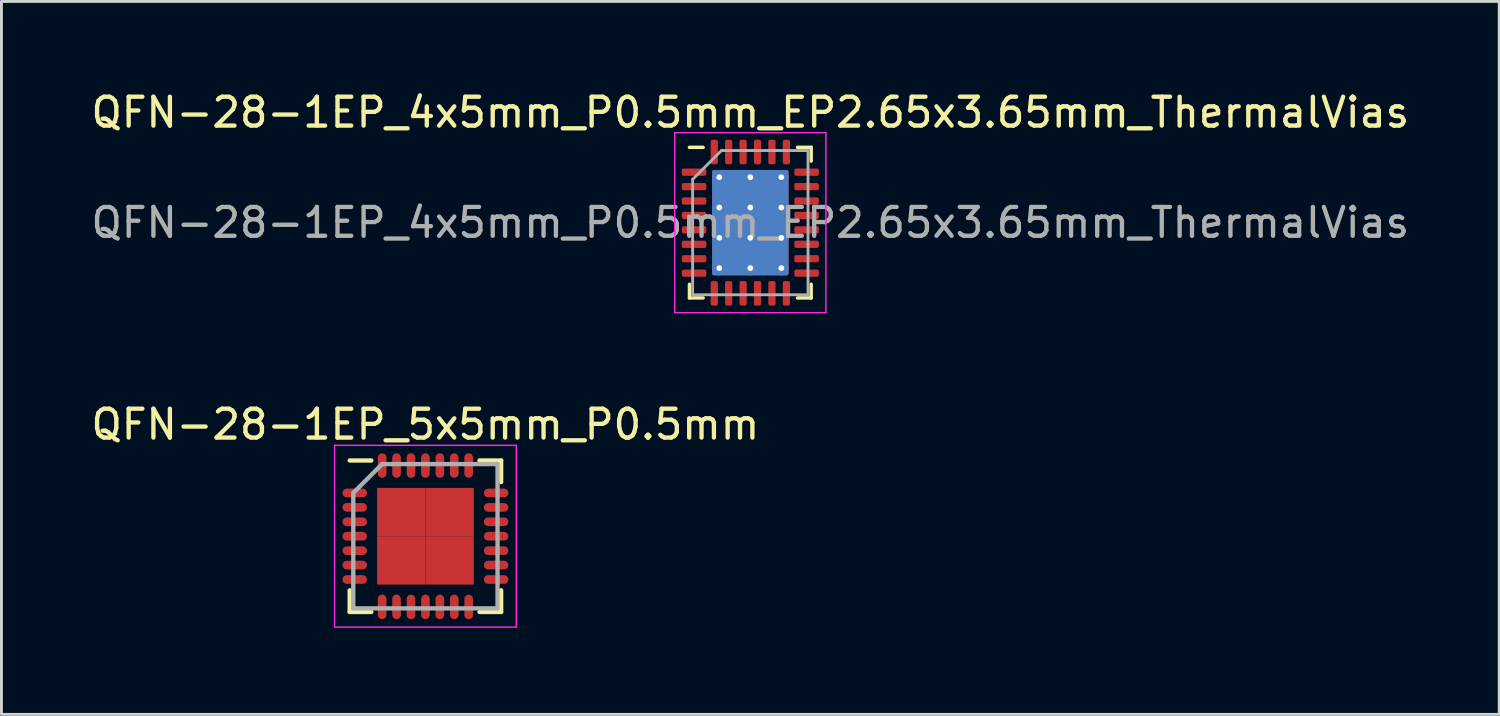
<source format=kicad_pcb>
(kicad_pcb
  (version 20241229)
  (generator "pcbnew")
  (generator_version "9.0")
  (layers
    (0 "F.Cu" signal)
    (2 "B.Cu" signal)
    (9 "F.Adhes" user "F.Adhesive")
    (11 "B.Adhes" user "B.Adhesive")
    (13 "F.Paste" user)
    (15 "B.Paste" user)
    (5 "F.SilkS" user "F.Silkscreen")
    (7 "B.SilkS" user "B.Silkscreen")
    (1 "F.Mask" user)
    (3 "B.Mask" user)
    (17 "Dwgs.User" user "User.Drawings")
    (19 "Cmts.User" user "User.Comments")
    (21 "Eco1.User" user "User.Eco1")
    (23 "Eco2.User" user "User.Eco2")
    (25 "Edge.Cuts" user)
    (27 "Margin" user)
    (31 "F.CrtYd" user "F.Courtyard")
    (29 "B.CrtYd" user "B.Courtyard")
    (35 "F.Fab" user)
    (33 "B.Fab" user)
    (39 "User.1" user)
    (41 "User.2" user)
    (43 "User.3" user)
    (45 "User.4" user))
  (footprint "QFN-28-1EP_5x5mm_P0.5mm"
    (layer "F.Cu")
    (at 11.696 15.537)
    (property "Reference" "QFN-28-1EP_5x5mm_P0.5mm" (at 0 -3.875 0) (layer "F.SilkS") (effects (font (size 1 1) (thickness 0.15))))
    (attr smd)
    (fp_line (start -2.625 -2.625) (end -1.875 -2.625) (stroke (width 0.15) (type solid)) (layer "F.SilkS"))
    (fp_line (start -2.625 2.625) (end -2.625 1.875) (stroke (width 0.15) (type solid)) (layer "F.SilkS"))
    (fp_line (start -2.625 2.625) (end -1.875 2.625) (stroke (width 0.15) (type solid)) (layer "F.SilkS"))
    (fp_line (start 2.625 -2.625) (end 1.875 -2.625) (stroke (width 0.15) (type solid)) (layer "F.SilkS"))
    (fp_line (start 2.625 -2.625) (end 2.625 -1.875) (stroke (width 0.15) (type solid)) (layer "F.SilkS"))
    (fp_line (start 2.625 2.625) (end 1.875 2.625) (stroke (width 0.15) (type solid)) (layer "F.SilkS"))
    (fp_line (start 2.625 2.625) (end 2.625 1.875) (stroke (width 0.15) (type solid)) (layer "F.SilkS"))
    (fp_line (start -3.15 -3.15) (end -3.15 3.15) (stroke (width 0.05) (type solid)) (layer "F.CrtYd"))
    (fp_line (start -3.15 -3.15) (end 3.15 -3.15) (stroke (width 0.05) (type solid)) (layer "F.CrtYd"))
    (fp_line (start -3.15 3.15) (end 3.15 3.15) (stroke (width 0.05) (type solid)) (layer "F.CrtYd"))
    (fp_line (start 3.15 -3.15) (end 3.15 3.15) (stroke (width 0.05) (type solid)) (layer "F.CrtYd"))
    (fp_line (start -2.5 -1.5) (end -1.5 -2.5) (stroke (width 0.15) (type solid)) (layer "F.Fab"))
    (fp_line (start -2.5 2.5) (end -2.5 -1.5) (stroke (width 0.15) (type solid)) (layer "F.Fab"))
    (fp_line (start -1.5 -2.5) (end 2.5 -2.5) (stroke (width 0.15) (type solid)) (layer "F.Fab"))
    (fp_line (start 2.5 -2.5) (end 2.5 2.5) (stroke (width 0.15) (type solid)) (layer "F.Fab"))
    (fp_line (start 2.5 2.5) (end -2.5 2.5) (stroke (width 0.15) (type solid)) (layer "F.Fab"))
    (pad "1" smd oval (at -2.45 -1.5) (size 0.85 0.3) (layers "F.Cu" "F.Mask" "F.Paste"))
    (pad "2" smd oval (at -2.45 -1) (size 0.85 0.3) (layers "F.Cu" "F.Mask" "F.Paste"))
    (pad "3" smd oval (at -2.45 -0.5) (size 0.85 0.3) (layers "F.Cu" "F.Mask" "F.Paste"))
    (pad "4" smd oval (at -2.45 0) (size 0.85 0.3) (layers "F.Cu" "F.Mask" "F.Paste"))
    (pad "5" smd oval (at -2.45 0.5) (size 0.85 0.3) (layers "F.Cu" "F.Mask" "F.Paste"))
    (pad "6" smd oval (at -2.45 1) (size 0.85 0.3) (layers "F.Cu" "F.Mask" "F.Paste"))
    (pad "7" smd oval (at -2.45 1.5) (size 0.85 0.3) (layers "F.Cu" "F.Mask" "F.Paste"))
    (pad "8" smd oval (at -1.5 2.45 90) (size 0.85 0.3) (layers "F.Cu" "F.Mask" "F.Paste"))
    (pad "9" smd oval (at -1 2.45 90) (size 0.85 0.3) (layers "F.Cu" "F.Mask" "F.Paste"))
    (pad "10" smd oval (at -0.5 2.45 90) (size 0.85 0.3) (layers "F.Cu" "F.Mask" "F.Paste"))
    (pad "11" smd oval (at 0 2.45 90) (size 0.85 0.3) (layers "F.Cu" "F.Mask" "F.Paste"))
    (pad "12" smd oval (at 0.5 2.45 90) (size 0.85 0.3) (layers "F.Cu" "F.Mask" "F.Paste"))
    (pad "13" smd oval (at 1 2.45 90) (size 0.85 0.3) (layers "F.Cu" "F.Mask" "F.Paste"))
    (pad "14" smd oval (at 1.5 2.45 90) (size 0.85 0.3) (layers "F.Cu" "F.Mask" "F.Paste"))
    (pad "15" smd oval (at 2.45 1.5) (size 0.85 0.3) (layers "F.Cu" "F.Mask" "F.Paste"))
    (pad "16" smd oval (at 2.45 1) (size 0.85 0.3) (layers "F.Cu" "F.Mask" "F.Paste"))
    (pad "17" smd oval (at 2.45 0.5) (size 0.85 0.3) (layers "F.Cu" "F.Mask" "F.Paste"))
    (pad "18" smd oval (at 2.45 0) (size 0.85 0.3) (layers "F.Cu" "F.Mask" "F.Paste"))
    (pad "19" smd oval (at 2.45 -0.5) (size 0.85 0.3) (layers "F.Cu" "F.Mask" "F.Paste"))
    (pad "20" smd oval (at 2.45 -1) (size 0.85 0.3) (layers "F.Cu" "F.Mask" "F.Paste"))
    (pad "21" smd oval (at 2.45 -1.5) (size 0.85 0.3) (layers "F.Cu" "F.Mask" "F.Paste"))
    (pad "22" smd oval (at 1.5 -2.45 90) (size 0.85 0.3) (layers "F.Cu" "F.Mask" "F.Paste"))
    (pad "23" smd oval (at 1 -2.45 90) (size 0.85 0.3) (layers "F.Cu" "F.Mask" "F.Paste"))
    (pad "24" smd oval (at 0.5 -2.45 90) (size 0.85 0.3) (layers "F.Cu" "F.Mask" "F.Paste"))
    (pad "25" smd oval (at 0 -2.45 90) (size 0.85 0.3) (layers "F.Cu" "F.Mask" "F.Paste"))
    (pad "26" smd oval (at -0.5 -2.45 90) (size 0.85 0.3) (layers "F.Cu" "F.Mask" "F.Paste"))
    (pad "27" smd oval (at -1 -2.45 90) (size 0.85 0.3) (layers "F.Cu" "F.Mask" "F.Paste"))
    (pad "28" smd oval (at -1.5 -2.45 90) (size 0.85 0.3) (layers "F.Cu" "F.Mask" "F.Paste"))
    (pad "29" smd rect (at -0.838 -0.838) (size 1.675 1.675) (layers "F.Cu" "F.Mask" "F.Paste"))
    (pad "29" smd rect (at -0.838 0.838) (size 1.675 1.675) (layers "F.Cu" "F.Mask" "F.Paste"))
    (pad "29" smd rect (at 0.838 -0.838) (size 1.675 1.675) (layers "F.Cu" "F.Mask" "F.Paste"))
    (pad "29" smd rect (at 0.838 0.838) (size 1.675 1.675) (layers "F.Cu" "F.Mask" "F.Paste")))
  (footprint "QFN-28-1EP_4x5mm_P0.5mm_EP2.65x3.65mm_ThermalVias"
    (layer "F.Cu")
    (at 22.958 4.668)
    (property "Reference" "QFN-28-1EP_4x5mm_P0.5mm_EP2.65x3.65mm_ThermalVias" (at 0 -3.82 0) (layer "F.SilkS") (effects (font (size 1 1) (thickness 0.15))))
    (attr smd)
    (fp_line (start -2.11 2.61) (end -2.11 2.135) (stroke (width 0.12) (type solid)) (layer "F.SilkS"))
    (fp_line (start -1.635 -2.61) (end -2.11 -2.61) (stroke (width 0.12) (type solid)) (layer "F.SilkS"))
    (fp_line (start -1.635 2.61) (end -2.11 2.61) (stroke (width 0.12) (type solid)) (layer "F.SilkS"))
    (fp_line (start 1.635 -2.61) (end 2.11 -2.61) (stroke (width 0.12) (type solid)) (layer "F.SilkS"))
    (fp_line (start 1.635 2.61) (end 2.11 2.61) (stroke (width 0.12) (type solid)) (layer "F.SilkS"))
    (fp_line (start 2.11 -2.61) (end 2.11 -2.135) (stroke (width 0.12) (type solid)) (layer "F.SilkS"))
    (fp_line (start 2.11 2.61) (end 2.11 2.135) (stroke (width 0.12) (type solid)) (layer "F.SilkS"))
    (fp_line (start -2.62 -3.12) (end -2.62 3.12) (stroke (width 0.05) (type solid)) (layer "F.CrtYd"))
    (fp_line (start -2.62 3.12) (end 2.62 3.12) (stroke (width 0.05) (type solid)) (layer "F.CrtYd"))
    (fp_line (start 2.62 -3.12) (end -2.62 -3.12) (stroke (width 0.05) (type solid)) (layer "F.CrtYd"))
    (fp_line (start 2.62 3.12) (end 2.62 -3.12) (stroke (width 0.05) (type solid)) (layer "F.CrtYd"))
    (fp_line (start -2 -1.5) (end -1 -2.5) (stroke (width 0.1) (type solid)) (layer "F.Fab"))
    (fp_line (start -2 2.5) (end -2 -1.5) (stroke (width 0.1) (type solid)) (layer "F.Fab"))
    (fp_line (start -1 -2.5) (end 2 -2.5) (stroke (width 0.1) (type solid)) (layer "F.Fab"))
    (fp_line (start 2 -2.5) (end 2 2.5) (stroke (width 0.1) (type solid)) (layer "F.Fab"))
    (fp_line (start 2 2.5) (end -2 2.5) (stroke (width 0.1) (type solid)) (layer "F.Fab"))
    (fp_text user "${REFERENCE}" (at 0 0 0) (layer "F.Fab") (effects (font (size 1 1) (thickness 0.15))))
    (pad "" smd roundrect (at -0.66 -1.22) (size 1.07 0.98) (layers "F.Paste") (roundrect_rratio 0.25))
    (pad "" smd roundrect (at -0.66 0) (size 1.07 0.98) (layers "F.Paste") (roundrect_rratio 0.25))
    (pad "" smd roundrect (at -0.66 1.22) (size 1.07 0.98) (layers "F.Paste") (roundrect_rratio 0.25))
    (pad "" smd roundrect (at 0.66 -1.22) (size 1.07 0.98) (layers "F.Paste") (roundrect_rratio 0.25))
    (pad "" smd roundrect (at 0.66 0) (size 1.07 0.98) (layers "F.Paste") (roundrect_rratio 0.25))
    (pad "" smd roundrect (at 0.66 1.22) (size 1.07 0.98) (layers "F.Paste") (roundrect_rratio 0.25))
    (pad "1" smd roundrect (at -1.95 -1.75) (size 0.85 0.25) (layers "F.Cu" "F.Mask" "F.Paste") (roundrect_rratio 0.25))
    (pad "2" smd roundrect (at -1.95 -1.25) (size 0.85 0.25) (layers "F.Cu" "F.Mask" "F.Paste") (roundrect_rratio 0.25))
    (pad "3" smd roundrect (at -1.95 -0.75) (size 0.85 0.25) (layers "F.Cu" "F.Mask" "F.Paste") (roundrect_rratio 0.25))
    (pad "4" smd roundrect (at -1.95 -0.25) (size 0.85 0.25) (layers "F.Cu" "F.Mask" "F.Paste") (roundrect_rratio 0.25))
    (pad "5" smd roundrect (at -1.95 0.25) (size 0.85 0.25) (layers "F.Cu" "F.Mask" "F.Paste") (roundrect_rratio 0.25))
    (pad "6" smd roundrect (at -1.95 0.75) (size 0.85 0.25) (layers "F.Cu" "F.Mask" "F.Paste") (roundrect_rratio 0.25))
    (pad "7" smd roundrect (at -1.95 1.25) (size 0.85 0.25) (layers "F.Cu" "F.Mask" "F.Paste") (roundrect_rratio 0.25))
    (pad "8" smd roundrect (at -1.95 1.75) (size 0.85 0.25) (layers "F.Cu" "F.Mask" "F.Paste") (roundrect_rratio 0.25))
    (pad "9" smd roundrect (at -1.25 2.45) (size 0.25 0.85) (layers "F.Cu" "F.Mask" "F.Paste") (roundrect_rratio 0.25))
    (pad "10" smd roundrect (at -0.75 2.45) (size 0.25 0.85) (layers "F.Cu" "F.Mask" "F.Paste") (roundrect_rratio 0.25))
    (pad "11" smd roundrect (at -0.25 2.45) (size 0.25 0.85) (layers "F.Cu" "F.Mask" "F.Paste") (roundrect_rratio 0.25))
    (pad "12" smd roundrect (at 0.25 2.45) (size 0.25 0.85) (layers "F.Cu" "F.Mask" "F.Paste") (roundrect_rratio 0.25))
    (pad "13" smd roundrect (at 0.75 2.45) (size 0.25 0.85) (layers "F.Cu" "F.Mask" "F.Paste") (roundrect_rratio 0.25))
    (pad "14" smd roundrect (at 1.25 2.45) (size 0.25 0.85) (layers "F.Cu" "F.Mask" "F.Paste") (roundrect_rratio 0.25))
    (pad "15" smd roundrect (at 1.95 1.75) (size 0.85 0.25) (layers "F.Cu" "F.Mask" "F.Paste") (roundrect_rratio 0.25))
    (pad "16" smd roundrect (at 1.95 1.25) (size 0.85 0.25) (layers "F.Cu" "F.Mask" "F.Paste") (roundrect_rratio 0.25))
    (pad "17" smd roundrect (at 1.95 0.75) (size 0.85 0.25) (layers "F.Cu" "F.Mask" "F.Paste") (roundrect_rratio 0.25))
    (pad "18" smd roundrect (at 1.95 0.25) (size 0.85 0.25) (layers "F.Cu" "F.Mask" "F.Paste") (roundrect_rratio 0.25))
    (pad "19" smd roundrect (at 1.95 -0.25) (size 0.85 0.25) (layers "F.Cu" "F.Mask" "F.Paste") (roundrect_rratio 0.25))
    (pad "20" smd roundrect (at 1.95 -0.75) (size 0.85 0.25) (layers "F.Cu" "F.Mask" "F.Paste") (roundrect_rratio 0.25))
    (pad "21" smd roundrect (at 1.95 -1.25) (size 0.85 0.25) (layers "F.Cu" "F.Mask" "F.Paste") (roundrect_rratio 0.25))
    (pad "22" smd roundrect (at 1.95 -1.75) (size 0.85 0.25) (layers "F.Cu" "F.Mask" "F.Paste") (roundrect_rratio 0.25))
    (pad "23" smd roundrect (at 1.25 -2.45) (size 0.25 0.85) (layers "F.Cu" "F.Mask" "F.Paste") (roundrect_rratio 0.25))
    (pad "24" smd roundrect (at 0.75 -2.45) (size 0.25 0.85) (layers "F.Cu" "F.Mask" "F.Paste") (roundrect_rratio 0.25))
    (pad "25" smd roundrect (at 0.25 -2.45) (size 0.25 0.85) (layers "F.Cu" "F.Mask" "F.Paste") (roundrect_rratio 0.25))
    (pad "26" smd roundrect (at -0.25 -2.45) (size 0.25 0.85) (layers "F.Cu" "F.Mask" "F.Paste") (roundrect_rratio 0.25))
    (pad "27" smd roundrect (at -0.75 -2.45) (size 0.25 0.85) (layers "F.Cu" "F.Mask" "F.Paste") (roundrect_rratio 0.25))
    (pad "28" smd roundrect (at -1.25 -2.45) (size 0.25 0.85) (layers "F.Cu" "F.Mask" "F.Paste") (roundrect_rratio 0.25))
    (pad "29" thru_hole circle (at -1.075 -1.575) (size 0.5 0.5) (drill 0.2) (layers "*.Cu"))
    (pad "29" thru_hole circle (at -1.075 -0.525) (size 0.5 0.5) (drill 0.2) (layers "*.Cu"))
    (pad "29" thru_hole circle (at -1.075 0.525) (size 0.5 0.5) (drill 0.2) (layers "*.Cu"))
    (pad "29" thru_hole circle (at -1.075 1.575) (size 0.5 0.5) (drill 0.2) (layers "*.Cu"))
    (pad "29" thru_hole circle (at 0 -1.575) (size 0.5 0.5) (drill 0.2) (layers "*.Cu"))
    (pad "29" thru_hole circle (at 0 -0.525) (size 0.5 0.5) (drill 0.2) (layers "*.Cu"))
    (pad "29" smd roundrect (at 0 0) (size 2.65 3.65) (layers "F.Cu" "F.Mask") (roundrect_rratio 0.024))
    (pad "29" smd roundrect (at 0 0) (size 2.65 3.65) (layers "B.Cu") (roundrect_rratio 0.024))
    (pad "29" thru_hole circle (at 0 0.525) (size 0.5 0.5) (drill 0.2) (layers "*.Cu"))
    (pad "29" thru_hole circle (at 0 1.575) (size 0.5 0.5) (drill 0.2) (layers "*.Cu"))
    (pad "29" thru_hole circle (at 1.075 -1.575) (size 0.5 0.5) (drill 0.2) (layers "*.Cu"))
    (pad "29" thru_hole circle (at 1.075 -0.525) (size 0.5 0.5) (drill 0.2) (layers "*.Cu"))
    (pad "29" thru_hole circle (at 1.075 0.525) (size 0.5 0.5) (drill 0.2) (layers "*.Cu"))
    (pad "29" thru_hole circle (at 1.075 1.575) (size 0.5 0.5) (drill 0.2) (layers "*.Cu")))
  (gr_rect
    (start -3 -3)
    (end 48.917 21.712)
    (stroke (width 0.1) (type default))
    (fill no)
    (layer "Edge.Cuts")))
</source>
